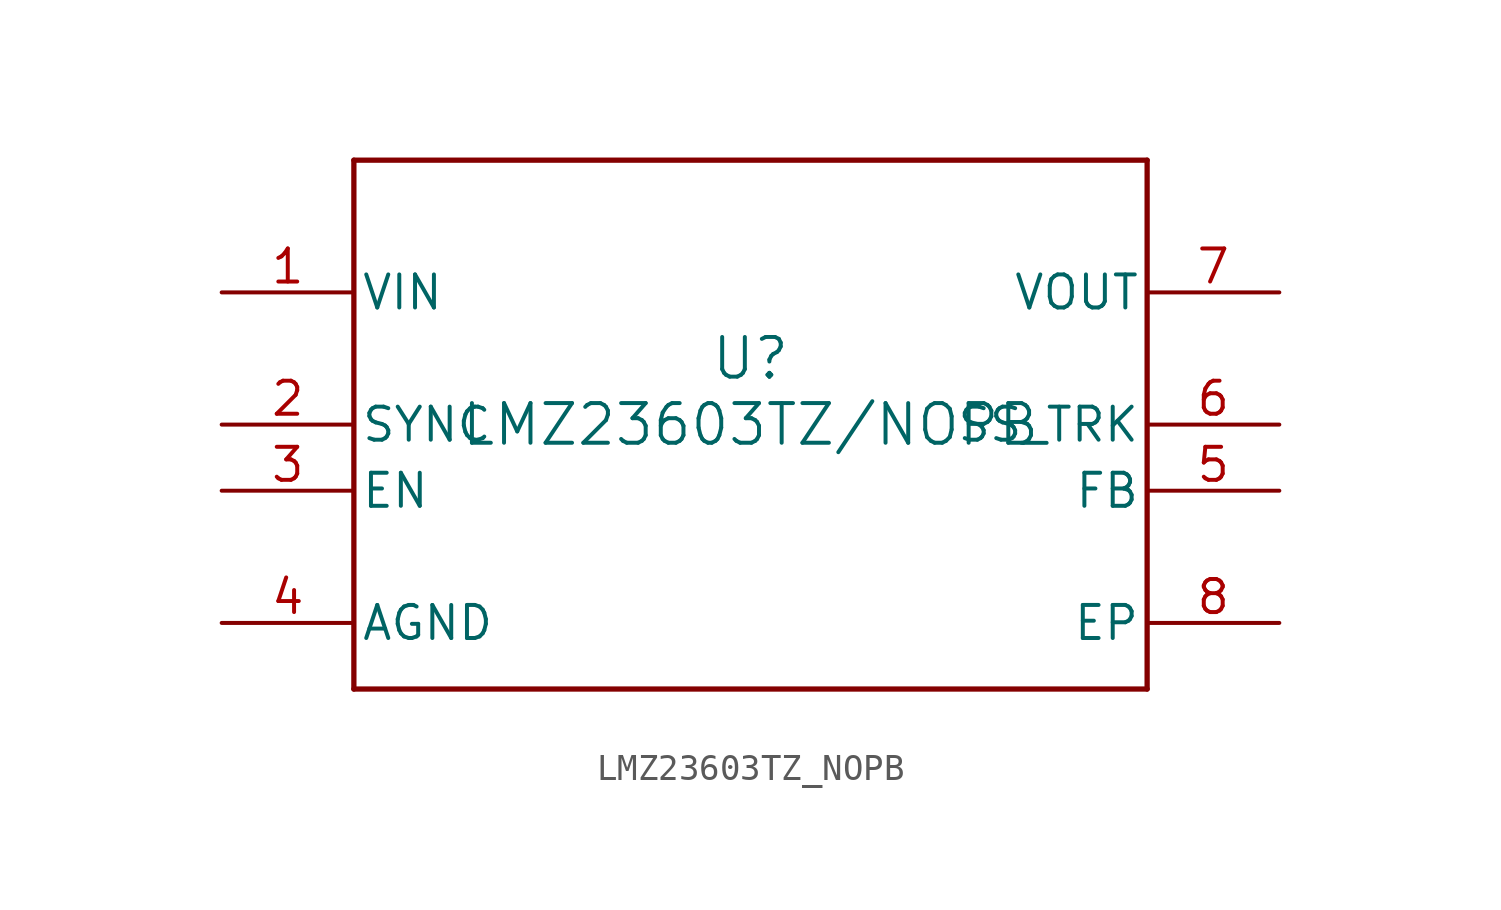
<source format=kicad_sym>
(kicad_symbol_lib
  (version 20211014)
  (generator kicad_symbol_editor)
  (symbol "LMZ23603TZ_NOPB"
    (pin_names
      (offset 0.254))
    (property "Reference" "U"
      (at 0 2.54 0)
      (effects (font (size 1.524 1.524))))
    (property "Value" "LMZ23603TZ/NOPB"
      (at 0 0 0)
      (effects (font (size 1.524 1.524))))
    (symbol "LMZ23603TZ_NOPB_0_1"
      (polyline (pts (xy -15.24 -10.16) (xy 15.24 -10.16)) (stroke (width 0.203) (type default) (color 0 0 0 0)) (fill (type none)))
      (polyline (pts (xy 15.24 -10.16) (xy 15.24 10.16)) (stroke (width 0.203) (type default) (color 0 0 0 0)) (fill (type none)))
      (polyline (pts (xy 15.24 10.16) (xy -15.24 10.16)) (stroke (width 0.203) (type default) (color 0 0 0 0)) (fill (type none)))
      (polyline (pts (xy -15.24 10.16) (xy -15.24 -10.16)) (stroke (width 0.203) (type default) (color 0 0 0 0)) (fill (type none)))
      (pin power_in line (at -20.32 5.08 0) (length 5.08) (name "VIN" (effects (font (size 1.27 1.27)))) (number "1" (effects (font (size 1.27 1.27)))))
      (pin input line (at -20.32 0 0) (length 5.08) (name "SYNC" (effects (font (size 1.27 1.27)))) (number "2" (effects (font (size 1.27 1.27)))))
      (pin input line (at -20.32 -2.54 0) (length 5.08) (name "EN" (effects (font (size 1.27 1.27)))) (number "3" (effects (font (size 1.27 1.27)))))
      (pin power_in line (at -20.32 -7.62 0) (length 5.08) (name "AGND" (effects (font (size 1.27 1.27)))) (number "4" (effects (font (size 1.27 1.27)))))
      (pin input line (at 20.32 -2.54 180) (length 5.08) (name "FB" (effects (font (size 1.27 1.27)))) (number "5" (effects (font (size 1.27 1.27)))))
      (pin input line (at 20.32 0 180) (length 5.08) (name "SS_TRK" (effects (font (size 1.27 1.27)))) (number "6" (effects (font (size 1.27 1.27)))))
      (pin power_in line (at 20.32 5.08 180) (length 5.08) (name "VOUT" (effects (font (size 1.27 1.27)))) (number "7" (effects (font (size 1.27 1.27)))))
      (pin power_in line (at 20.32 -7.62 180) (length 5.08) (name "EP" (effects (font (size 1.27 1.27)))) (number "8" (effects (font (size 1.27 1.27))))))))
</source>
